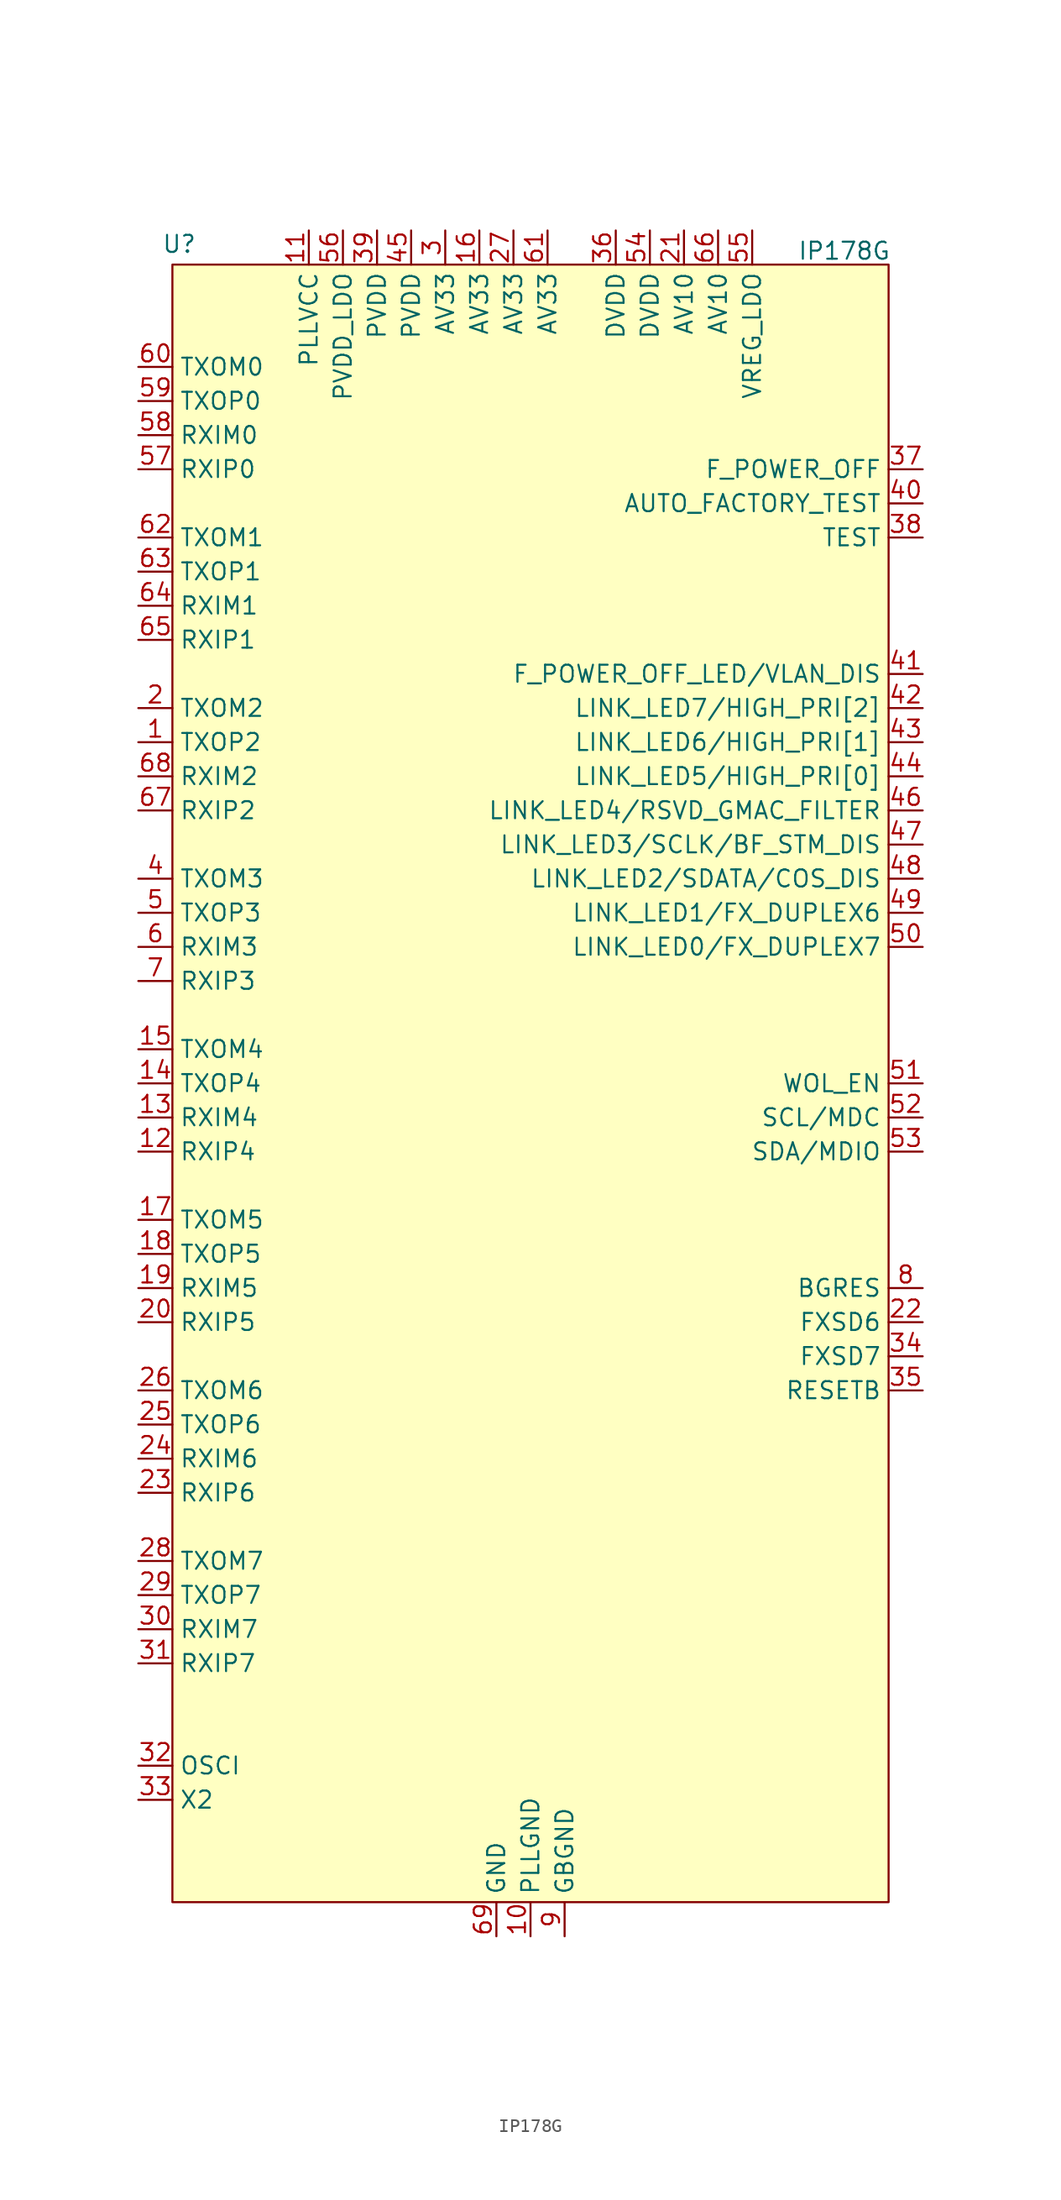
<source format=kicad_sym>
(kicad_symbol_lib
  (version 20231120)
  (generator "kicad_symbol_editor")
  (generator_version "8.0")
  (symbol "IP178G"
    (property "Reference" "U"
      (at -26.162 59.944 0)
      (effects (font (size 1.27 1.27))))
    (property "Value" "IP178G"
      (at 23.368 59.436 0)
      (effects (font (size 1.27 1.27))))
    (symbol "IP178G_0_0"
      (pin output line (at -29.21 22.86 0) (length 2.54) (name "TXOP2" (effects (font (size 1.27 1.27)))) (number "1" (effects (font (size 1.27 1.27)))))
      (pin power_in line (at 0 -66.04 90) (length 2.54) (name "PLLGND" (effects (font (size 1.27 1.27)))) (number "10" (effects (font (size 1.27 1.27)))))
      (pin power_in line (at -16.51 60.96 270) (length 2.54) (name "PLLVCC" (effects (font (size 1.27 1.27)))) (number "11" (effects (font (size 1.27 1.27)))))
      (pin input line (at -29.21 -7.62 0) (length 2.54) (name "RXIP4" (effects (font (size 1.27 1.27)))) (number "12" (effects (font (size 1.27 1.27)))))
      (pin input line (at -29.21 -5.08 0) (length 2.54) (name "RXIM4" (effects (font (size 1.27 1.27)))) (number "13" (effects (font (size 1.27 1.27)))))
      (pin output line (at -29.21 -2.54 0) (length 2.54) (name "TXOP4" (effects (font (size 1.27 1.27)))) (number "14" (effects (font (size 1.27 1.27)))))
      (pin output line (at -29.21 0 0) (length 2.54) (name "TXOM4" (effects (font (size 1.27 1.27)))) (number "15" (effects (font (size 1.27 1.27)))))
      (pin power_in line (at -3.81 60.96 270) (length 2.54) (name "AV33" (effects (font (size 1.27 1.27)))) (number "16" (effects (font (size 1.27 1.27)))))
      (pin output line (at -29.21 -12.7 0) (length 2.54) (name "TXOM5" (effects (font (size 1.27 1.27)))) (number "17" (effects (font (size 1.27 1.27)))))
      (pin output line (at -29.21 -15.24 0) (length 2.54) (name "TXOP5" (effects (font (size 1.27 1.27)))) (number "18" (effects (font (size 1.27 1.27)))))
      (pin input line (at -29.21 -17.78 0) (length 2.54) (name "RXIM5" (effects (font (size 1.27 1.27)))) (number "19" (effects (font (size 1.27 1.27)))))
      (pin output line (at -29.21 25.4 0) (length 2.54) (name "TXOM2" (effects (font (size 1.27 1.27)))) (number "2" (effects (font (size 1.27 1.27)))))
      (pin input line (at -29.21 -20.32 0) (length 2.54) (name "RXIP5" (effects (font (size 1.27 1.27)))) (number "20" (effects (font (size 1.27 1.27)))))
      (pin power_in line (at 11.43 60.96 270) (length 2.54) (name "AV10" (effects (font (size 1.27 1.27)))) (number "21" (effects (font (size 1.27 1.27)))))
      (pin input line (at 29.21 -20.32 180) (length 2.54) (name "FXSD6" (effects (font (size 1.27 1.27)))) (number "22" (effects (font (size 1.27 1.27)))))
      (pin input line (at -29.21 -33.02 0) (length 2.54) (name "RXIP6" (effects (font (size 1.27 1.27)))) (number "23" (effects (font (size 1.27 1.27)))))
      (pin input line (at -29.21 -30.48 0) (length 2.54) (name "RXIM6" (effects (font (size 1.27 1.27)))) (number "24" (effects (font (size 1.27 1.27)))))
      (pin output line (at -29.21 -27.94 0) (length 2.54) (name "TXOP6" (effects (font (size 1.27 1.27)))) (number "25" (effects (font (size 1.27 1.27)))))
      (pin output line (at -29.21 -25.4 0) (length 2.54) (name "TXOM6" (effects (font (size 1.27 1.27)))) (number "26" (effects (font (size 1.27 1.27)))))
      (pin power_in line (at -1.27 60.96 270) (length 2.54) (name "AV33" (effects (font (size 1.27 1.27)))) (number "27" (effects (font (size 1.27 1.27)))))
      (pin output line (at -29.21 -38.1 0) (length 2.54) (name "TXOM7" (effects (font (size 1.27 1.27)))) (number "28" (effects (font (size 1.27 1.27)))))
      (pin output line (at -29.21 -40.64 0) (length 2.54) (name "TXOP7" (effects (font (size 1.27 1.27)))) (number "29" (effects (font (size 1.27 1.27)))))
      (pin power_in line (at -6.35 60.96 270) (length 2.54) (name "AV33" (effects (font (size 1.27 1.27)))) (number "3" (effects (font (size 1.27 1.27)))))
      (pin input line (at -29.21 -43.18 0) (length 2.54) (name "RXIM7" (effects (font (size 1.27 1.27)))) (number "30" (effects (font (size 1.27 1.27)))))
      (pin input line (at -29.21 -45.72 0) (length 2.54) (name "RXIP7" (effects (font (size 1.27 1.27)))) (number "31" (effects (font (size 1.27 1.27)))))
      (pin input line (at -29.21 -53.34 0) (length 2.54) (name "OSCI" (effects (font (size 1.27 1.27)))) (number "32" (effects (font (size 1.27 1.27)))))
      (pin output line (at -29.21 -55.88 0) (length 2.54) (name "X2" (effects (font (size 1.27 1.27)))) (number "33" (effects (font (size 1.27 1.27)))))
      (pin input line (at 29.21 -22.86 180) (length 2.54) (name "FXSD7" (effects (font (size 1.27 1.27)))) (number "34" (effects (font (size 1.27 1.27)))))
      (pin input line (at 29.21 -25.4 180) (length 2.54) (name "RESETB" (effects (font (size 1.27 1.27)))) (number "35" (effects (font (size 1.27 1.27)))))
      (pin power_in line (at 6.35 60.96 270) (length 2.54) (name "DVDD" (effects (font (size 1.27 1.27)))) (number "36" (effects (font (size 1.27 1.27)))))
      (pin input line (at 29.21 43.18 180) (length 2.54) (name "F_POWER_OFF" (effects (font (size 1.27 1.27)))) (number "37" (effects (font (size 1.27 1.27)))))
      (pin input line (at 29.21 38.1 180) (length 2.54) (name "TEST" (effects (font (size 1.27 1.27)))) (number "38" (effects (font (size 1.27 1.27)))))
      (pin unspecified line (at -11.43 60.96 270) (length 2.54) (name "PVDD" (effects (font (size 1.27 1.27)))) (number "39" (effects (font (size 1.27 1.27)))))
      (pin output line (at -29.21 12.7 0) (length 2.54) (name "TXOM3" (effects (font (size 1.27 1.27)))) (number "4" (effects (font (size 1.27 1.27)))))
      (pin input line (at 29.21 40.64 180) (length 2.54) (name "AUTO_FACTORY_TEST" (effects (font (size 1.27 1.27)))) (number "40" (effects (font (size 1.27 1.27)))))
      (pin bidirectional line (at 29.21 27.94 180) (length 2.54) (name "F_POWER_OFF_LED/VLAN_DIS" (effects (font (size 1.27 1.27)))) (number "41" (effects (font (size 1.27 1.27)))))
      (pin bidirectional line (at 29.21 25.4 180) (length 2.54) (name "LINK_LED7/HIGH_PRI[2]" (effects (font (size 1.27 1.27)))) (number "42" (effects (font (size 1.27 1.27)))))
      (pin bidirectional line (at 29.21 22.86 180) (length 2.54) (name "LINK_LED6/HIGH_PRI[1]" (effects (font (size 1.27 1.27)))) (number "43" (effects (font (size 1.27 1.27)))))
      (pin bidirectional line (at 29.21 20.32 180) (length 2.54) (name "LINK_LED5/HIGH_PRI[0]" (effects (font (size 1.27 1.27)))) (number "44" (effects (font (size 1.27 1.27)))))
      (pin power_in line (at -8.89 60.96 270) (length 2.54) (name "PVDD" (effects (font (size 1.27 1.27)))) (number "45" (effects (font (size 1.27 1.27)))))
      (pin bidirectional line (at 29.21 17.78 180) (length 2.54) (name "LINK_LED4/RSVD_GMAC_FILTER" (effects (font (size 1.27 1.27)))) (number "46" (effects (font (size 1.27 1.27)))))
      (pin bidirectional line (at 29.21 15.24 180) (length 2.54) (name "LINK_LED3/SCLK/BF_STM_DIS" (effects (font (size 1.27 1.27)))) (number "47" (effects (font (size 1.27 1.27)))))
      (pin bidirectional line (at 29.21 12.7 180) (length 2.54) (name "LINK_LED2/SDATA/COS_DIS" (effects (font (size 1.27 1.27)))) (number "48" (effects (font (size 1.27 1.27)))))
      (pin bidirectional line (at 29.21 10.16 180) (length 2.54) (name "LINK_LED1/FX_DUPLEX6" (effects (font (size 1.27 1.27)))) (number "49" (effects (font (size 1.27 1.27)))))
      (pin output line (at -29.21 10.16 0) (length 2.54) (name "TXOP3" (effects (font (size 1.27 1.27)))) (number "5" (effects (font (size 1.27 1.27)))))
      (pin bidirectional line (at 29.21 7.62 180) (length 2.54) (name "LINK_LED0/FX_DUPLEX7" (effects (font (size 1.27 1.27)))) (number "50" (effects (font (size 1.27 1.27)))))
      (pin bidirectional line (at 29.21 -2.54 180) (length 2.54) (name "WOL_EN" (effects (font (size 1.27 1.27)))) (number "51" (effects (font (size 1.27 1.27)))))
      (pin input line (at 29.21 -5.08 180) (length 2.54) (name "SCL/MDC" (effects (font (size 1.27 1.27)))) (number "52" (effects (font (size 1.27 1.27)))))
      (pin bidirectional line (at 29.21 -7.62 180) (length 2.54) (name "SDA/MDIO" (effects (font (size 1.27 1.27)))) (number "53" (effects (font (size 1.27 1.27)))))
      (pin power_in line (at 8.89 60.96 270) (length 2.54) (name "DVDD" (effects (font (size 1.27 1.27)))) (number "54" (effects (font (size 1.27 1.27)))))
      (pin power_in line (at -13.97 60.96 270) (length 2.54) (name "PVDD_LDO" (effects (font (size 1.27 1.27)))) (number "56" (effects (font (size 1.27 1.27)))))
      (pin input line (at -29.21 43.18 0) (length 2.54) (name "RXIP0" (effects (font (size 1.27 1.27)))) (number "57" (effects (font (size 1.27 1.27)))))
      (pin input line (at -29.21 45.72 0) (length 2.54) (name "RXIM0" (effects (font (size 1.27 1.27)))) (number "58" (effects (font (size 1.27 1.27)))))
      (pin output line (at -29.21 48.26 0) (length 2.54) (name "TXOP0" (effects (font (size 1.27 1.27)))) (number "59" (effects (font (size 1.27 1.27)))))
      (pin input line (at -29.21 7.62 0) (length 2.54) (name "RXIM3" (effects (font (size 1.27 1.27)))) (number "6" (effects (font (size 1.27 1.27)))))
      (pin output line (at -29.21 50.8 0) (length 2.54) (name "TXOM0" (effects (font (size 1.27 1.27)))) (number "60" (effects (font (size 1.27 1.27)))))
      (pin power_in line (at 1.27 60.96 270) (length 2.54) (name "AV33" (effects (font (size 1.27 1.27)))) (number "61" (effects (font (size 1.27 1.27)))))
      (pin output line (at -29.21 38.1 0) (length 2.54) (name "TXOM1" (effects (font (size 1.27 1.27)))) (number "62" (effects (font (size 1.27 1.27)))))
      (pin output line (at -29.21 35.56 0) (length 2.54) (name "TXOP1" (effects (font (size 1.27 1.27)))) (number "63" (effects (font (size 1.27 1.27)))))
      (pin input line (at -29.21 33.02 0) (length 2.54) (name "RXIM1" (effects (font (size 1.27 1.27)))) (number "64" (effects (font (size 1.27 1.27)))))
      (pin input line (at -29.21 30.48 0) (length 2.54) (name "RXIP1" (effects (font (size 1.27 1.27)))) (number "65" (effects (font (size 1.27 1.27)))))
      (pin power_in line (at 13.97 60.96 270) (length 2.54) (name "AV10" (effects (font (size 1.27 1.27)))) (number "66" (effects (font (size 1.27 1.27)))))
      (pin input line (at -29.21 17.78 0) (length 2.54) (name "RXIP2" (effects (font (size 1.27 1.27)))) (number "67" (effects (font (size 1.27 1.27)))))
      (pin input line (at -29.21 20.32 0) (length 2.54) (name "RXIM2" (effects (font (size 1.27 1.27)))) (number "68" (effects (font (size 1.27 1.27)))))
      (pin power_in line (at -2.54 -66.04 90) (length 2.54) (name "GND" (effects (font (size 1.27 1.27)))) (number "69" (effects (font (size 1.27 1.27)))))
      (pin input line (at -29.21 5.08 0) (length 2.54) (name "RXIP3" (effects (font (size 1.27 1.27)))) (number "7" (effects (font (size 1.27 1.27)))))
      (pin output line (at 29.21 -17.78 180) (length 2.54) (name "BGRES" (effects (font (size 1.27 1.27)))) (number "8" (effects (font (size 1.27 1.27)))))
      (pin power_in line (at 2.54 -66.04 90) (length 2.54) (name "GBGND" (effects (font (size 1.27 1.27)))) (number "9" (effects (font (size 1.27 1.27))))))
    (symbol "IP178G_1_0"
      (pin power_out line (at 16.51 60.96 270) (length 2.54) (name "VREG_LDO" (effects (font (size 1.27 1.27)))) (number "55" (effects (font (size 1.27 1.27))))))
    (symbol "IP178G_1_1"
      (rectangle (start -26.67 58.42) (end 26.67 -63.5) (stroke (width 0) (type default)) (fill (type background))))))
</source>
